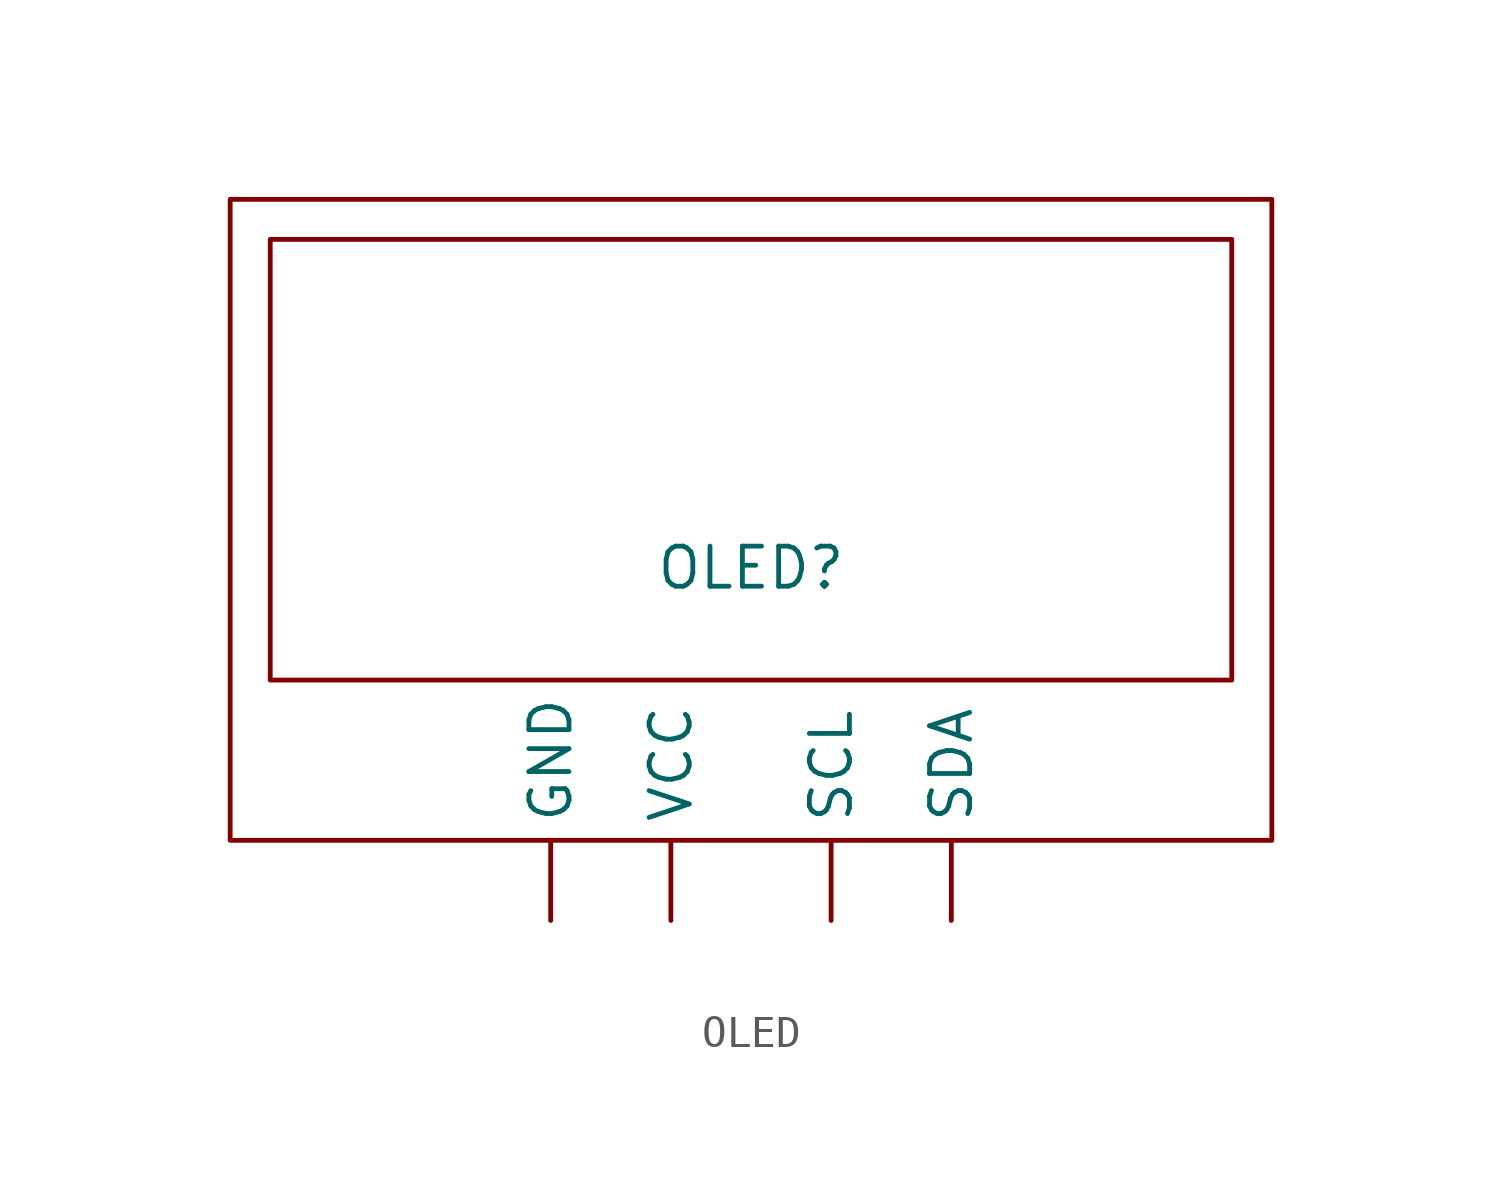
<source format=kicad_sym>
(kicad_symbol_lib
  (version 20241209)
  (generator "kicad_symbol_editor")
  (generator_version "9.0")
  (symbol "OLED"
    (property "Reference" "OLED"
      (at 0 6.096 0)
      (effects (font (size 1.27 1.27))))
    (property "Value" ""
      (at 0 0 0)
      (effects (font (size 1.27 1.27))))
    (symbol "OLED_0_1"
      (rectangle (start -16.51 17.78) (end 16.51 -2.54) (stroke (width 0) (type default)) (fill (type none)))
      (rectangle (start -15.24 16.51) (end 15.24 2.54) (stroke (width 0) (type default)) (fill (type none))))
    (symbol "OLED_1_1"
      (pin input line (at -6.35 -5.08 90) (length 2.54) (name "GND" (effects (font (size 1.27 1.27)))) (number "" (effects (font (size 1.27 1.27)))))
      (pin input line (at -2.54 -5.08 90) (length 2.54) (name "VCC" (effects (font (size 1.27 1.27)))) (number "" (effects (font (size 1.27 1.27)))))
      (pin input line (at 2.54 -5.08 90) (length 2.54) (name "SCL" (effects (font (size 1.27 1.27)))) (number "" (effects (font (size 1.27 1.27)))))
      (pin input line (at 6.35 -5.08 90) (length 2.54) (name "SDA" (effects (font (size 1.27 1.27)))) (number "" (effects (font (size 1.27 1.27))))))))
</source>
